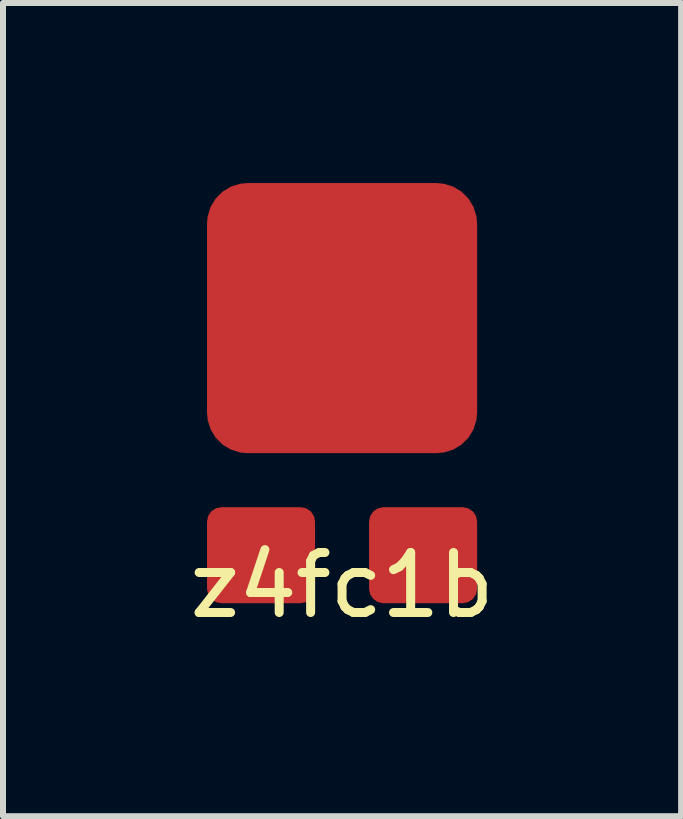
<source format=kicad_pcb>
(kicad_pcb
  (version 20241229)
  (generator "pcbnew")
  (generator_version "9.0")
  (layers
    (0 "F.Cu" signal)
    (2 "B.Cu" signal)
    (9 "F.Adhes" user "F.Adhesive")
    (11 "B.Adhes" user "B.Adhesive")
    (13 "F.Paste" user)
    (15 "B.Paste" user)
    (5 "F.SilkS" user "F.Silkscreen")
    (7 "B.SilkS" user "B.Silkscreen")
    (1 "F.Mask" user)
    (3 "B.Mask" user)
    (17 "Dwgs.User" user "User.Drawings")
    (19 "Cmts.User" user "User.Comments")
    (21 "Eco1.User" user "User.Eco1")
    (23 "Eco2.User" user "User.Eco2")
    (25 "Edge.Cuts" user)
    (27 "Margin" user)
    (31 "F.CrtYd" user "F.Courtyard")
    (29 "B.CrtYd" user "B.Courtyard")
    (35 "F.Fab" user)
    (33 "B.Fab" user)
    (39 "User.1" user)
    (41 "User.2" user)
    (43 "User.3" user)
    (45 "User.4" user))
  (footprint "z4fc1b"
    (layer "F.Cu")
    (at 2.649 6.2)
    (property "Reference" "z4fc1b" (at 0 0.5 0) (layer "F.SilkS") (effects (font (size 1 1) (thickness 0.15))))
    (attr through_hole)
    (pad "" smd roundrect (at 0 -3.95) (size 4.5 4.5) (layers "F.Cu" "F.Mask" "F.Paste") (roundrect_rratio 0.15))
    (pad "1" smd roundrect (at -1.35 0) (size 1.8 1.6) (layers "F.Cu" "F.Mask" "F.Paste") (roundrect_rratio 0.15))
    (pad "2" smd roundrect (at 1.35 0) (size 1.8 1.6) (layers "F.Cu" "F.Mask" "F.Paste") (roundrect_rratio 0.15)))
  (gr_rect
    (start -3 -3)
    (end 8.298 10.548)
    (stroke (width 0.1) (type default))
    (fill no)
    (layer "Edge.Cuts")))
</source>
